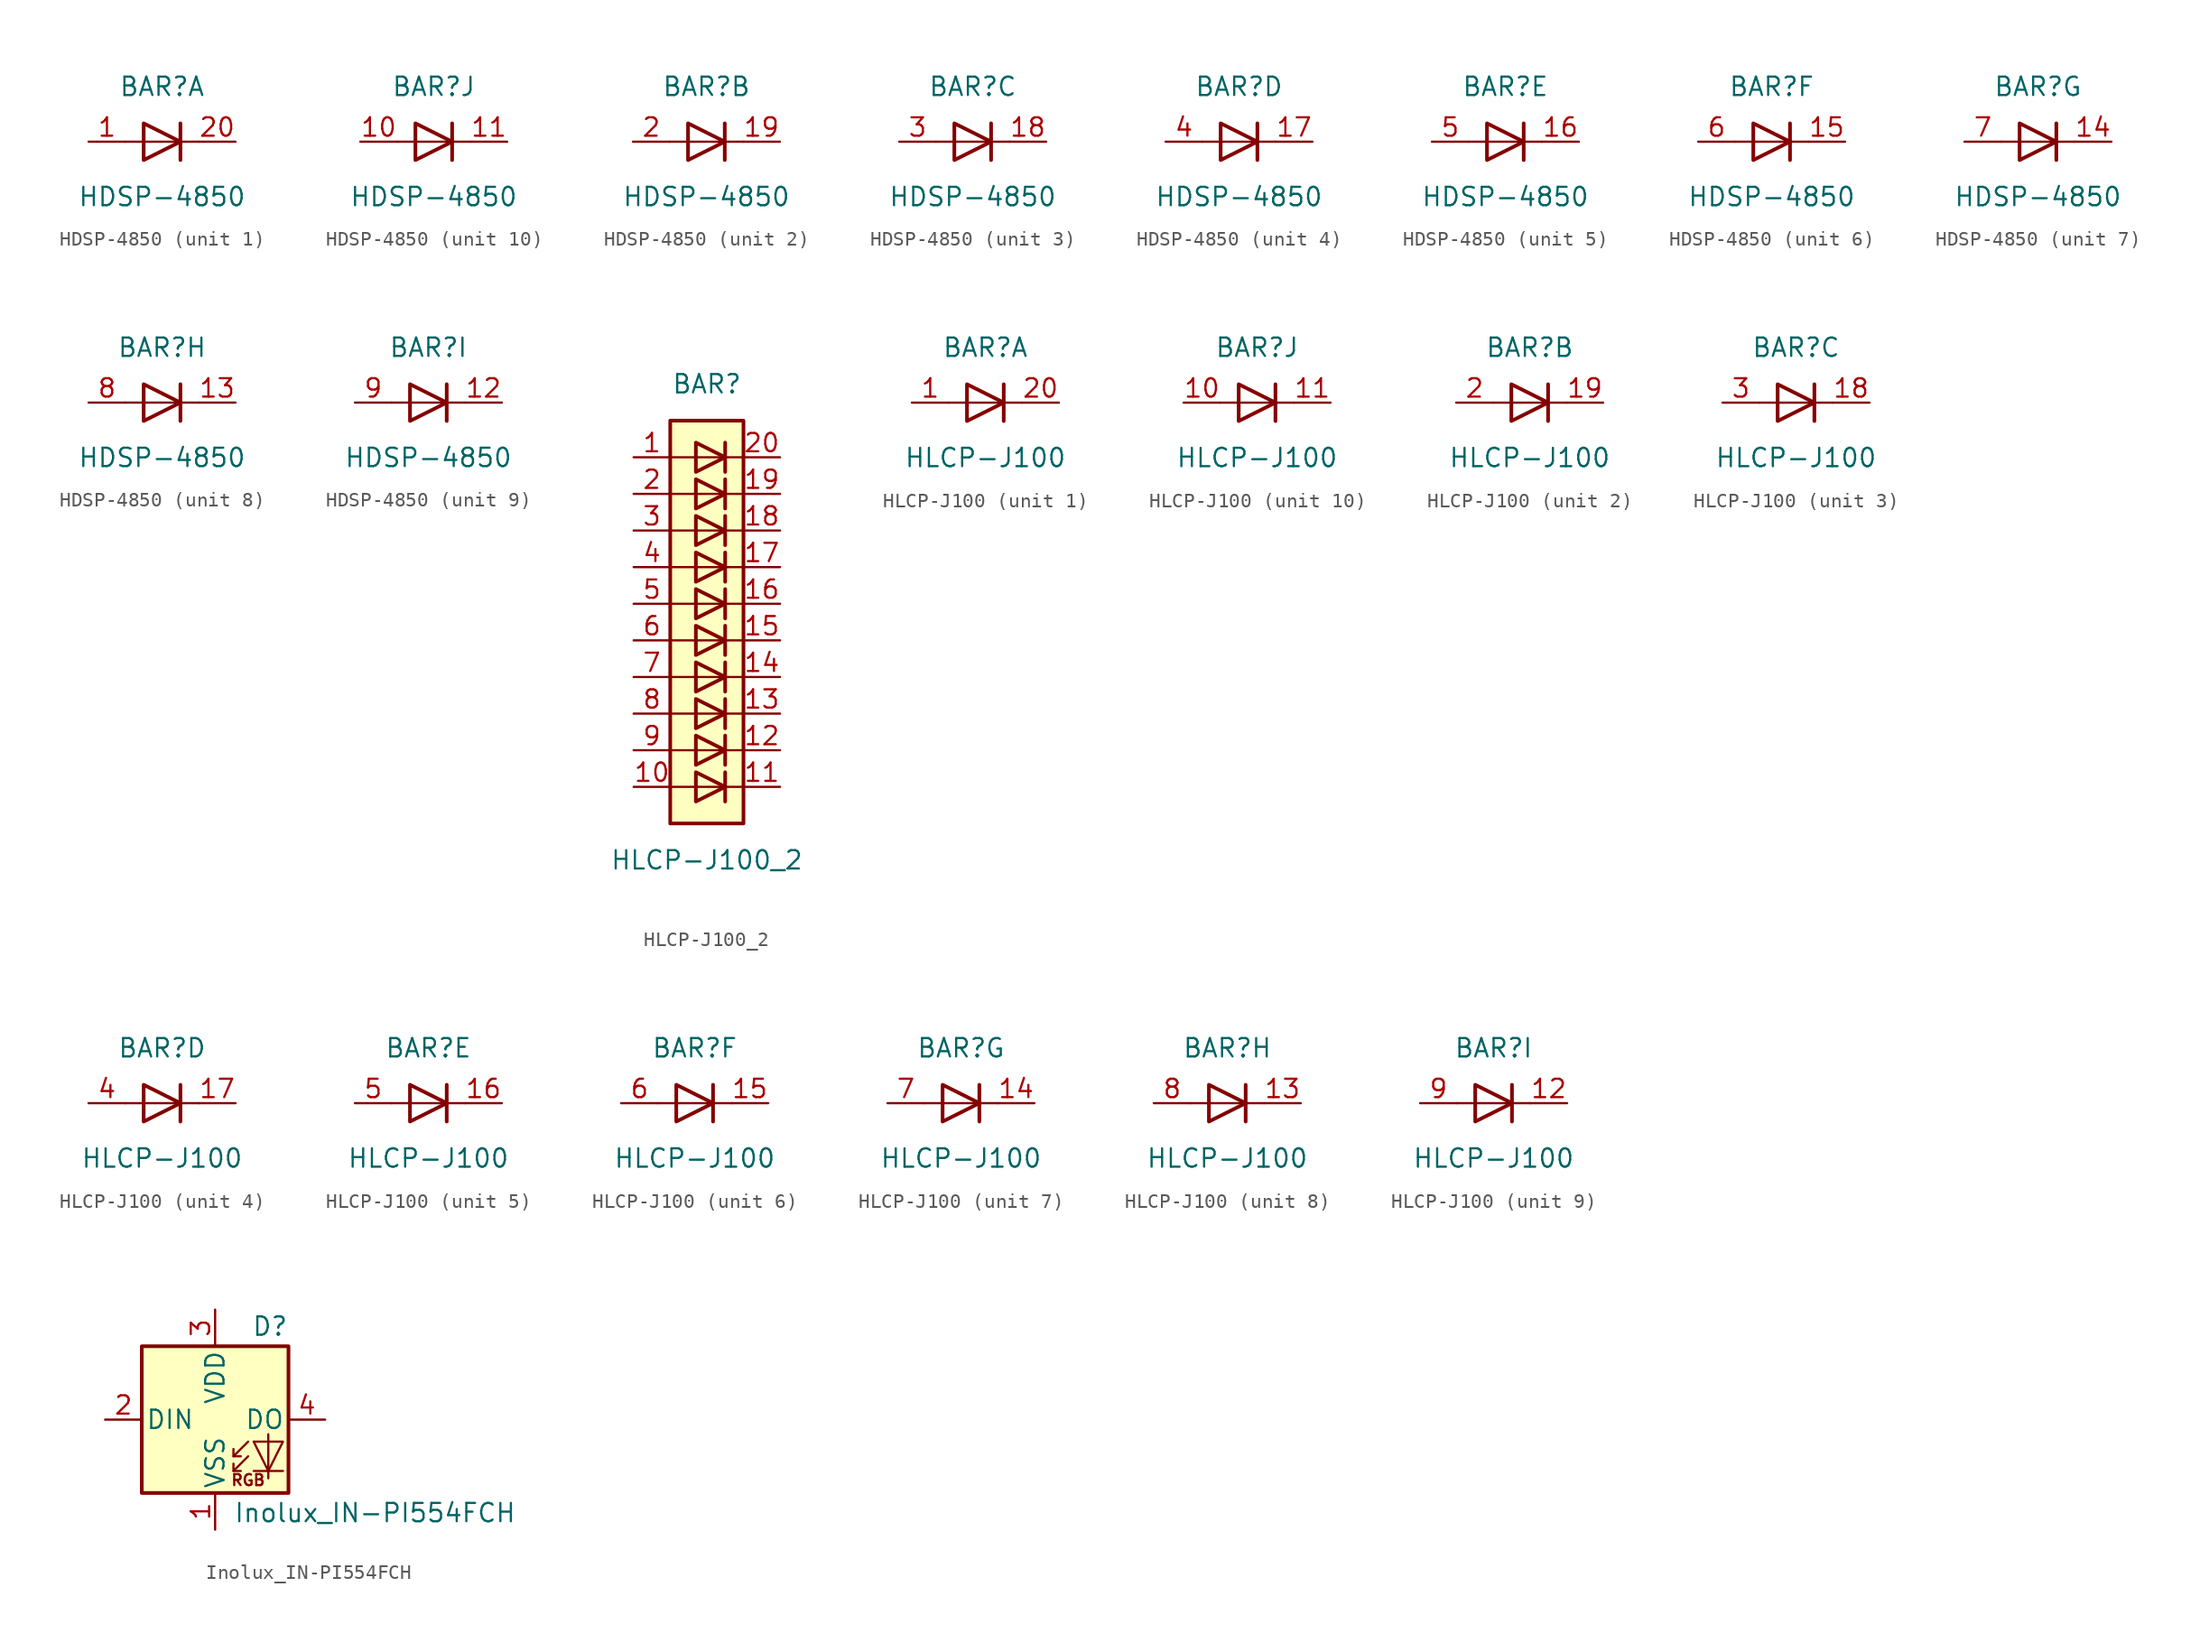
<source format=kicad_sym>
(kicad_symbol_lib
  (version 20231120)
  (generator "kicad_symbol_editor")
  (generator_version "8.0")
  (symbol "HDSP-4850"
    (pin_names
      (offset 1.016) hide)
    (property "Reference" "BAR"
      (at 0 3.81 0)
      (effects (font (size 1.27 1.27))))
    (property "Value" "HDSP-4850"
      (at 0 -3.81 0)
      (effects (font (size 1.27 1.27))))
    (symbol "HDSP-4850_0_1"
      (polyline (pts (xy -2.54 0) (xy 2.54 0)) (stroke (width 0) (type default)) (fill (type none)))
      (polyline (pts (xy 1.27 -1.27) (xy 1.27 1.27)) (stroke (width 0.254) (type default)) (fill (type none)))
      (polyline (pts (xy -1.27 1.27) (xy -1.27 -1.27) (xy 1.27 0) (xy -1.27 1.27)) (stroke (width 0.254) (type default)) (fill (type none))))
    (symbol "HDSP-4850_1_1"
      (pin passive line (at -5.08 0 0) (length 2.54) (name "A" (effects (font (size 1.27 1.27)))) (number "1" (effects (font (size 1.27 1.27)))))
      (pin passive line (at 5.08 0 180) (length 2.54) (name "K" (effects (font (size 1.27 1.27)))) (number "20" (effects (font (size 1.27 1.27))))))
    (symbol "HDSP-4850_2_1"
      (pin passive line (at 5.08 0 180) (length 2.54) (name "K" (effects (font (size 1.27 1.27)))) (number "19" (effects (font (size 1.27 1.27)))))
      (pin passive line (at -5.08 0 0) (length 2.54) (name "A" (effects (font (size 1.27 1.27)))) (number "2" (effects (font (size 1.27 1.27))))))
    (symbol "HDSP-4850_3_1"
      (pin passive line (at 5.08 0 180) (length 2.54) (name "K" (effects (font (size 1.27 1.27)))) (number "18" (effects (font (size 1.27 1.27)))))
      (pin passive line (at -5.08 0 0) (length 2.54) (name "A" (effects (font (size 1.27 1.27)))) (number "3" (effects (font (size 1.27 1.27))))))
    (symbol "HDSP-4850_4_1"
      (pin passive line (at 5.08 0 180) (length 2.54) (name "K" (effects (font (size 1.27 1.27)))) (number "17" (effects (font (size 1.27 1.27)))))
      (pin passive line (at -5.08 0 0) (length 2.54) (name "A" (effects (font (size 1.27 1.27)))) (number "4" (effects (font (size 1.27 1.27))))))
    (symbol "HDSP-4850_5_1"
      (pin passive line (at 5.08 0 180) (length 2.54) (name "K" (effects (font (size 1.27 1.27)))) (number "16" (effects (font (size 1.27 1.27)))))
      (pin passive line (at -5.08 0 0) (length 2.54) (name "A" (effects (font (size 1.27 1.27)))) (number "5" (effects (font (size 1.27 1.27))))))
    (symbol "HDSP-4850_6_1"
      (pin passive line (at 5.08 0 180) (length 2.54) (name "K" (effects (font (size 1.27 1.27)))) (number "15" (effects (font (size 1.27 1.27)))))
      (pin passive line (at -5.08 0 0) (length 2.54) (name "A" (effects (font (size 1.27 1.27)))) (number "6" (effects (font (size 1.27 1.27))))))
    (symbol "HDSP-4850_7_1"
      (pin passive line (at 5.08 0 180) (length 2.54) (name "K" (effects (font (size 1.27 1.27)))) (number "14" (effects (font (size 1.27 1.27)))))
      (pin passive line (at -5.08 0 0) (length 2.54) (name "A" (effects (font (size 1.27 1.27)))) (number "7" (effects (font (size 1.27 1.27))))))
    (symbol "HDSP-4850_8_1"
      (pin passive line (at 5.08 0 180) (length 2.54) (name "K" (effects (font (size 1.27 1.27)))) (number "13" (effects (font (size 1.27 1.27)))))
      (pin passive line (at -5.08 0 0) (length 2.54) (name "A" (effects (font (size 1.27 1.27)))) (number "8" (effects (font (size 1.27 1.27))))))
    (symbol "HDSP-4850_9_1"
      (pin passive line (at 5.08 0 180) (length 2.54) (name "K" (effects (font (size 1.27 1.27)))) (number "12" (effects (font (size 1.27 1.27)))))
      (pin passive line (at -5.08 0 0) (length 2.54) (name "A" (effects (font (size 1.27 1.27)))) (number "9" (effects (font (size 1.27 1.27))))))
    (symbol "HDSP-4850_10_1"
      (pin passive line (at -5.08 0 0) (length 2.54) (name "A" (effects (font (size 1.27 1.27)))) (number "10" (effects (font (size 1.27 1.27)))))
      (pin passive line (at 5.08 0 180) (length 2.54) (name "K" (effects (font (size 1.27 1.27)))) (number "11" (effects (font (size 1.27 1.27)))))))
  (symbol "HLCP-J100_2"
    (pin_names
      (offset 1.016) hide)
    (property "Reference" "BAR"
      (at 0 15.24 0)
      (effects (font (size 1.27 1.27))))
    (property "Value" "HLCP-J100_2"
      (at 0 -17.78 0)
      (effects (font (size 1.27 1.27))))
    (symbol "HLCP-J100_2_0_1"
      (rectangle (start -2.54 12.7) (end 2.54 -15.24) (stroke (width 0.254) (type default)) (fill (type background)))
      (polyline (pts (xy -2.54 -12.7) (xy 2.54 -12.7)) (stroke (width 0) (type default)) (fill (type none)))
      (polyline (pts (xy -2.54 -10.16) (xy 2.54 -10.16)) (stroke (width 0) (type default)) (fill (type none)))
      (polyline (pts (xy -2.54 -7.62) (xy 2.54 -7.62)) (stroke (width 0) (type default)) (fill (type none)))
      (polyline (pts (xy -2.54 -5.08) (xy 2.54 -5.08)) (stroke (width 0) (type default)) (fill (type none)))
      (polyline (pts (xy -2.54 0) (xy 2.54 0)) (stroke (width 0) (type default)) (fill (type none)))
      (polyline (pts (xy -2.54 5.08) (xy 2.54 5.08)) (stroke (width 0) (type default)) (fill (type none)))
      (polyline (pts (xy -2.54 7.62) (xy 2.54 7.62)) (stroke (width 0) (type default)) (fill (type none)))
      (polyline (pts (xy -2.54 10.16) (xy 2.54 10.16)) (stroke (width 0) (type default)) (fill (type none)))
      (polyline (pts (xy 1.27 -11.684) (xy 1.27 -13.716)) (stroke (width 0.254) (type default)) (fill (type none)))
      (polyline (pts (xy 1.27 -9.144) (xy 1.27 -11.176)) (stroke (width 0.254) (type default)) (fill (type none)))
      (polyline (pts (xy 1.27 -6.604) (xy 1.27 -8.636)) (stroke (width 0.254) (type default)) (fill (type none)))
      (polyline (pts (xy 1.27 -4.064) (xy 1.27 -6.096)) (stroke (width 0.254) (type default)) (fill (type none)))
      (polyline (pts (xy 1.27 -1.524) (xy 1.27 -3.556)) (stroke (width 0.254) (type default)) (fill (type none)))
      (polyline (pts (xy 1.27 1.016) (xy 1.27 -1.016)) (stroke (width 0.254) (type default)) (fill (type none)))
      (polyline (pts (xy 1.27 3.556) (xy 1.27 1.524)) (stroke (width 0.254) (type default)) (fill (type none)))
      (polyline (pts (xy 1.27 6.096) (xy 1.27 4.064)) (stroke (width 0.254) (type default)) (fill (type none)))
      (polyline (pts (xy 1.27 8.636) (xy 1.27 6.604)) (stroke (width 0.254) (type default)) (fill (type none)))
      (polyline (pts (xy 1.27 11.176) (xy 1.27 9.144)) (stroke (width 0.254) (type default)) (fill (type none)))
      (polyline (pts (xy 2.54 -2.54) (xy -2.54 -2.54)) (stroke (width 0) (type default)) (fill (type none)))
      (polyline (pts (xy 2.54 2.54) (xy -2.54 2.54)) (stroke (width 0) (type default)) (fill (type none)))
      (polyline (pts (xy -0.762 -11.684) (xy -0.762 -13.716) (xy 1.27 -12.7) (xy -0.762 -11.684)) (stroke (width 0.254) (type default)) (fill (type none)))
      (polyline (pts (xy -0.762 -9.144) (xy -0.762 -11.176) (xy 1.27 -10.16) (xy -0.762 -9.144)) (stroke (width 0.254) (type default)) (fill (type none)))
      (polyline (pts (xy -0.762 -6.604) (xy -0.762 -8.636) (xy 1.27 -7.62) (xy -0.762 -6.604)) (stroke (width 0.254) (type default)) (fill (type none)))
      (polyline (pts (xy -0.762 -4.064) (xy -0.762 -6.096) (xy 1.27 -5.08) (xy -0.762 -4.064)) (stroke (width 0.254) (type default)) (fill (type none)))
      (polyline (pts (xy -0.762 -1.524) (xy -0.762 -3.556) (xy 1.27 -2.54) (xy -0.762 -1.524)) (stroke (width 0.254) (type default)) (fill (type none)))
      (polyline (pts (xy -0.762 1.016) (xy -0.762 -1.016) (xy 1.27 0) (xy -0.762 1.016)) (stroke (width 0.254) (type default)) (fill (type none)))
      (polyline (pts (xy -0.762 3.556) (xy -0.762 1.524) (xy 1.27 2.54) (xy -0.762 3.556)) (stroke (width 0.254) (type default)) (fill (type none)))
      (polyline (pts (xy -0.762 6.096) (xy -0.762 4.064) (xy 1.27 5.08) (xy -0.762 6.096)) (stroke (width 0.254) (type default)) (fill (type none)))
      (polyline (pts (xy -0.762 8.636) (xy -0.762 6.604) (xy 1.27 7.62) (xy -0.762 8.636)) (stroke (width 0.254) (type default)) (fill (type none)))
      (polyline (pts (xy -0.762 11.176) (xy -0.762 9.144) (xy 1.27 10.16) (xy -0.762 11.176)) (stroke (width 0.254) (type default)) (fill (type none))))
    (symbol "HLCP-J100_2_1_1"
      (pin passive line (at -5.08 10.16 0) (length 2.54) (name "A" (effects (font (size 1.27 1.27)))) (number "1" (effects (font (size 1.27 1.27)))))
      (pin passive line (at -5.08 -12.7 0) (length 2.54) (name "A" (effects (font (size 1.27 1.27)))) (number "10" (effects (font (size 1.27 1.27)))))
      (pin passive line (at 5.08 -12.7 180) (length 2.54) (name "K" (effects (font (size 1.27 1.27)))) (number "11" (effects (font (size 1.27 1.27)))))
      (pin passive line (at 5.08 -10.16 180) (length 2.54) (name "K" (effects (font (size 1.27 1.27)))) (number "12" (effects (font (size 1.27 1.27)))))
      (pin passive line (at 5.08 -7.62 180) (length 2.54) (name "K" (effects (font (size 1.27 1.27)))) (number "13" (effects (font (size 1.27 1.27)))))
      (pin passive line (at 5.08 -5.08 180) (length 2.54) (name "K" (effects (font (size 1.27 1.27)))) (number "14" (effects (font (size 1.27 1.27)))))
      (pin passive line (at 5.08 -2.54 180) (length 2.54) (name "K" (effects (font (size 1.27 1.27)))) (number "15" (effects (font (size 1.27 1.27)))))
      (pin passive line (at 5.08 0 180) (length 2.54) (name "K" (effects (font (size 1.27 1.27)))) (number "16" (effects (font (size 1.27 1.27)))))
      (pin passive line (at 5.08 2.54 180) (length 2.54) (name "K" (effects (font (size 1.27 1.27)))) (number "17" (effects (font (size 1.27 1.27)))))
      (pin passive line (at 5.08 5.08 180) (length 2.54) (name "K" (effects (font (size 1.27 1.27)))) (number "18" (effects (font (size 1.27 1.27)))))
      (pin passive line (at 5.08 7.62 180) (length 2.54) (name "K" (effects (font (size 1.27 1.27)))) (number "19" (effects (font (size 1.27 1.27)))))
      (pin passive line (at -5.08 7.62 0) (length 2.54) (name "A" (effects (font (size 1.27 1.27)))) (number "2" (effects (font (size 1.27 1.27)))))
      (pin passive line (at 5.08 10.16 180) (length 2.54) (name "K" (effects (font (size 1.27 1.27)))) (number "20" (effects (font (size 1.27 1.27)))))
      (pin passive line (at -5.08 5.08 0) (length 2.54) (name "A" (effects (font (size 1.27 1.27)))) (number "3" (effects (font (size 1.27 1.27)))))
      (pin passive line (at -5.08 2.54 0) (length 2.54) (name "A" (effects (font (size 1.27 1.27)))) (number "4" (effects (font (size 1.27 1.27)))))
      (pin passive line (at -5.08 0 0) (length 2.54) (name "A" (effects (font (size 1.27 1.27)))) (number "5" (effects (font (size 1.27 1.27)))))
      (pin passive line (at -5.08 -2.54 0) (length 2.54) (name "A" (effects (font (size 1.27 1.27)))) (number "6" (effects (font (size 1.27 1.27)))))
      (pin passive line (at -5.08 -5.08 0) (length 2.54) (name "A" (effects (font (size 1.27 1.27)))) (number "7" (effects (font (size 1.27 1.27)))))
      (pin passive line (at -5.08 -7.62 0) (length 2.54) (name "A" (effects (font (size 1.27 1.27)))) (number "8" (effects (font (size 1.27 1.27)))))
      (pin passive line (at -5.08 -10.16 0) (length 2.54) (name "A" (effects (font (size 1.27 1.27)))) (number "9" (effects (font (size 1.27 1.27)))))))
  (symbol "HLCP-J100"
    (pin_names
      (offset 1.016) hide)
    (property "Reference" "BAR"
      (at 0 3.81 0)
      (effects (font (size 1.27 1.27))))
    (property "Value" "HLCP-J100"
      (at 0 -3.81 0)
      (effects (font (size 1.27 1.27))))
    (symbol "HLCP-J100_0_1"
      (polyline (pts (xy -2.54 0) (xy 2.54 0)) (stroke (width 0) (type default)) (fill (type none)))
      (polyline (pts (xy 1.27 -1.27) (xy 1.27 1.27)) (stroke (width 0.254) (type default)) (fill (type none)))
      (polyline (pts (xy -1.27 1.27) (xy -1.27 -1.27) (xy 1.27 0) (xy -1.27 1.27)) (stroke (width 0.254) (type default)) (fill (type none))))
    (symbol "HLCP-J100_1_1"
      (pin passive line (at -5.08 0 0) (length 2.54) (name "A" (effects (font (size 1.27 1.27)))) (number "1" (effects (font (size 1.27 1.27)))))
      (pin passive line (at 5.08 0 180) (length 2.54) (name "K" (effects (font (size 1.27 1.27)))) (number "20" (effects (font (size 1.27 1.27))))))
    (symbol "HLCP-J100_2_1"
      (pin passive line (at 5.08 0 180) (length 2.54) (name "K" (effects (font (size 1.27 1.27)))) (number "19" (effects (font (size 1.27 1.27)))))
      (pin passive line (at -5.08 0 0) (length 2.54) (name "A" (effects (font (size 1.27 1.27)))) (number "2" (effects (font (size 1.27 1.27))))))
    (symbol "HLCP-J100_3_1"
      (pin passive line (at 5.08 0 180) (length 2.54) (name "K" (effects (font (size 1.27 1.27)))) (number "18" (effects (font (size 1.27 1.27)))))
      (pin passive line (at -5.08 0 0) (length 2.54) (name "A" (effects (font (size 1.27 1.27)))) (number "3" (effects (font (size 1.27 1.27))))))
    (symbol "HLCP-J100_4_1"
      (pin passive line (at 5.08 0 180) (length 2.54) (name "K" (effects (font (size 1.27 1.27)))) (number "17" (effects (font (size 1.27 1.27)))))
      (pin passive line (at -5.08 0 0) (length 2.54) (name "A" (effects (font (size 1.27 1.27)))) (number "4" (effects (font (size 1.27 1.27))))))
    (symbol "HLCP-J100_5_1"
      (pin passive line (at 5.08 0 180) (length 2.54) (name "K" (effects (font (size 1.27 1.27)))) (number "16" (effects (font (size 1.27 1.27)))))
      (pin passive line (at -5.08 0 0) (length 2.54) (name "A" (effects (font (size 1.27 1.27)))) (number "5" (effects (font (size 1.27 1.27))))))
    (symbol "HLCP-J100_6_1"
      (pin passive line (at 5.08 0 180) (length 2.54) (name "K" (effects (font (size 1.27 1.27)))) (number "15" (effects (font (size 1.27 1.27)))))
      (pin passive line (at -5.08 0 0) (length 2.54) (name "A" (effects (font (size 1.27 1.27)))) (number "6" (effects (font (size 1.27 1.27))))))
    (symbol "HLCP-J100_7_1"
      (pin passive line (at 5.08 0 180) (length 2.54) (name "K" (effects (font (size 1.27 1.27)))) (number "14" (effects (font (size 1.27 1.27)))))
      (pin passive line (at -5.08 0 0) (length 2.54) (name "A" (effects (font (size 1.27 1.27)))) (number "7" (effects (font (size 1.27 1.27))))))
    (symbol "HLCP-J100_8_1"
      (pin passive line (at 5.08 0 180) (length 2.54) (name "K" (effects (font (size 1.27 1.27)))) (number "13" (effects (font (size 1.27 1.27)))))
      (pin passive line (at -5.08 0 0) (length 2.54) (name "A" (effects (font (size 1.27 1.27)))) (number "8" (effects (font (size 1.27 1.27))))))
    (symbol "HLCP-J100_9_1"
      (pin passive line (at 5.08 0 180) (length 2.54) (name "K" (effects (font (size 1.27 1.27)))) (number "12" (effects (font (size 1.27 1.27)))))
      (pin passive line (at -5.08 0 0) (length 2.54) (name "A" (effects (font (size 1.27 1.27)))) (number "9" (effects (font (size 1.27 1.27))))))
    (symbol "HLCP-J100_10_1"
      (pin passive line (at -5.08 0 0) (length 2.54) (name "A" (effects (font (size 1.27 1.27)))) (number "10" (effects (font (size 1.27 1.27)))))
      (pin passive line (at 5.08 0 180) (length 2.54) (name "K" (effects (font (size 1.27 1.27)))) (number "11" (effects (font (size 1.27 1.27)))))))
  (symbol "Inolux_IN-PI554FCH"
    (pin_names
      (offset 0.254))
    (property "Reference" "D"
      (at 5.08 5.715 0)
      (effects (font (size 1.27 1.27)) (justify right bottom)))
    (property "Value" "Inolux_IN-PI554FCH"
      (at 1.27 -5.715 0)
      (effects (font (size 1.27 1.27)) (justify left top)))
    (symbol "Inolux_IN-PI554FCH_0_0"
      (text "RGB" (at 2.286 -4.191 0) (effects (font (size 0.762 0.762)))))
    (symbol "Inolux_IN-PI554FCH_0_1"
      (polyline (pts (xy 1.27 -3.556) (xy 1.778 -3.556)) (stroke (width 0) (type default)) (fill (type none)))
      (polyline (pts (xy 1.27 -2.54) (xy 1.778 -2.54)) (stroke (width 0) (type default)) (fill (type none)))
      (polyline (pts (xy 4.699 -3.556) (xy 2.667 -3.556)) (stroke (width 0) (type default)) (fill (type none)))
      (polyline (pts (xy 2.286 -2.54) (xy 1.27 -3.556) (xy 1.27 -3.048)) (stroke (width 0) (type default)) (fill (type none)))
      (polyline (pts (xy 2.286 -1.524) (xy 1.27 -2.54) (xy 1.27 -2.032)) (stroke (width 0) (type default)) (fill (type none)))
      (polyline (pts (xy 3.683 -1.016) (xy 3.683 -3.556) (xy 3.683 -4.064)) (stroke (width 0) (type default)) (fill (type none)))
      (polyline (pts (xy 4.699 -1.524) (xy 2.667 -1.524) (xy 3.683 -3.556) (xy 4.699 -1.524)) (stroke (width 0) (type default)) (fill (type none)))
      (rectangle (start 5.08 5.08) (end -5.08 -5.08) (stroke (width 0.254) (type default)) (fill (type background))))
    (symbol "Inolux_IN-PI554FCH_1_1"
      (pin power_in line (at 0 -7.62 90) (length 2.54) (name "VSS" (effects (font (size 1.27 1.27)))) (number "1" (effects (font (size 1.27 1.27)))))
      (pin input line (at -7.62 0 0) (length 2.54) (name "DIN" (effects (font (size 1.27 1.27)))) (number "2" (effects (font (size 1.27 1.27)))))
      (pin power_in line (at 0 7.62 270) (length 2.54) (name "VDD" (effects (font (size 1.27 1.27)))) (number "3" (effects (font (size 1.27 1.27)))))
      (pin output line (at 7.62 0 180) (length 2.54) (name "DO" (effects (font (size 1.27 1.27)))) (number "4" (effects (font (size 1.27 1.27))))))))
</source>
